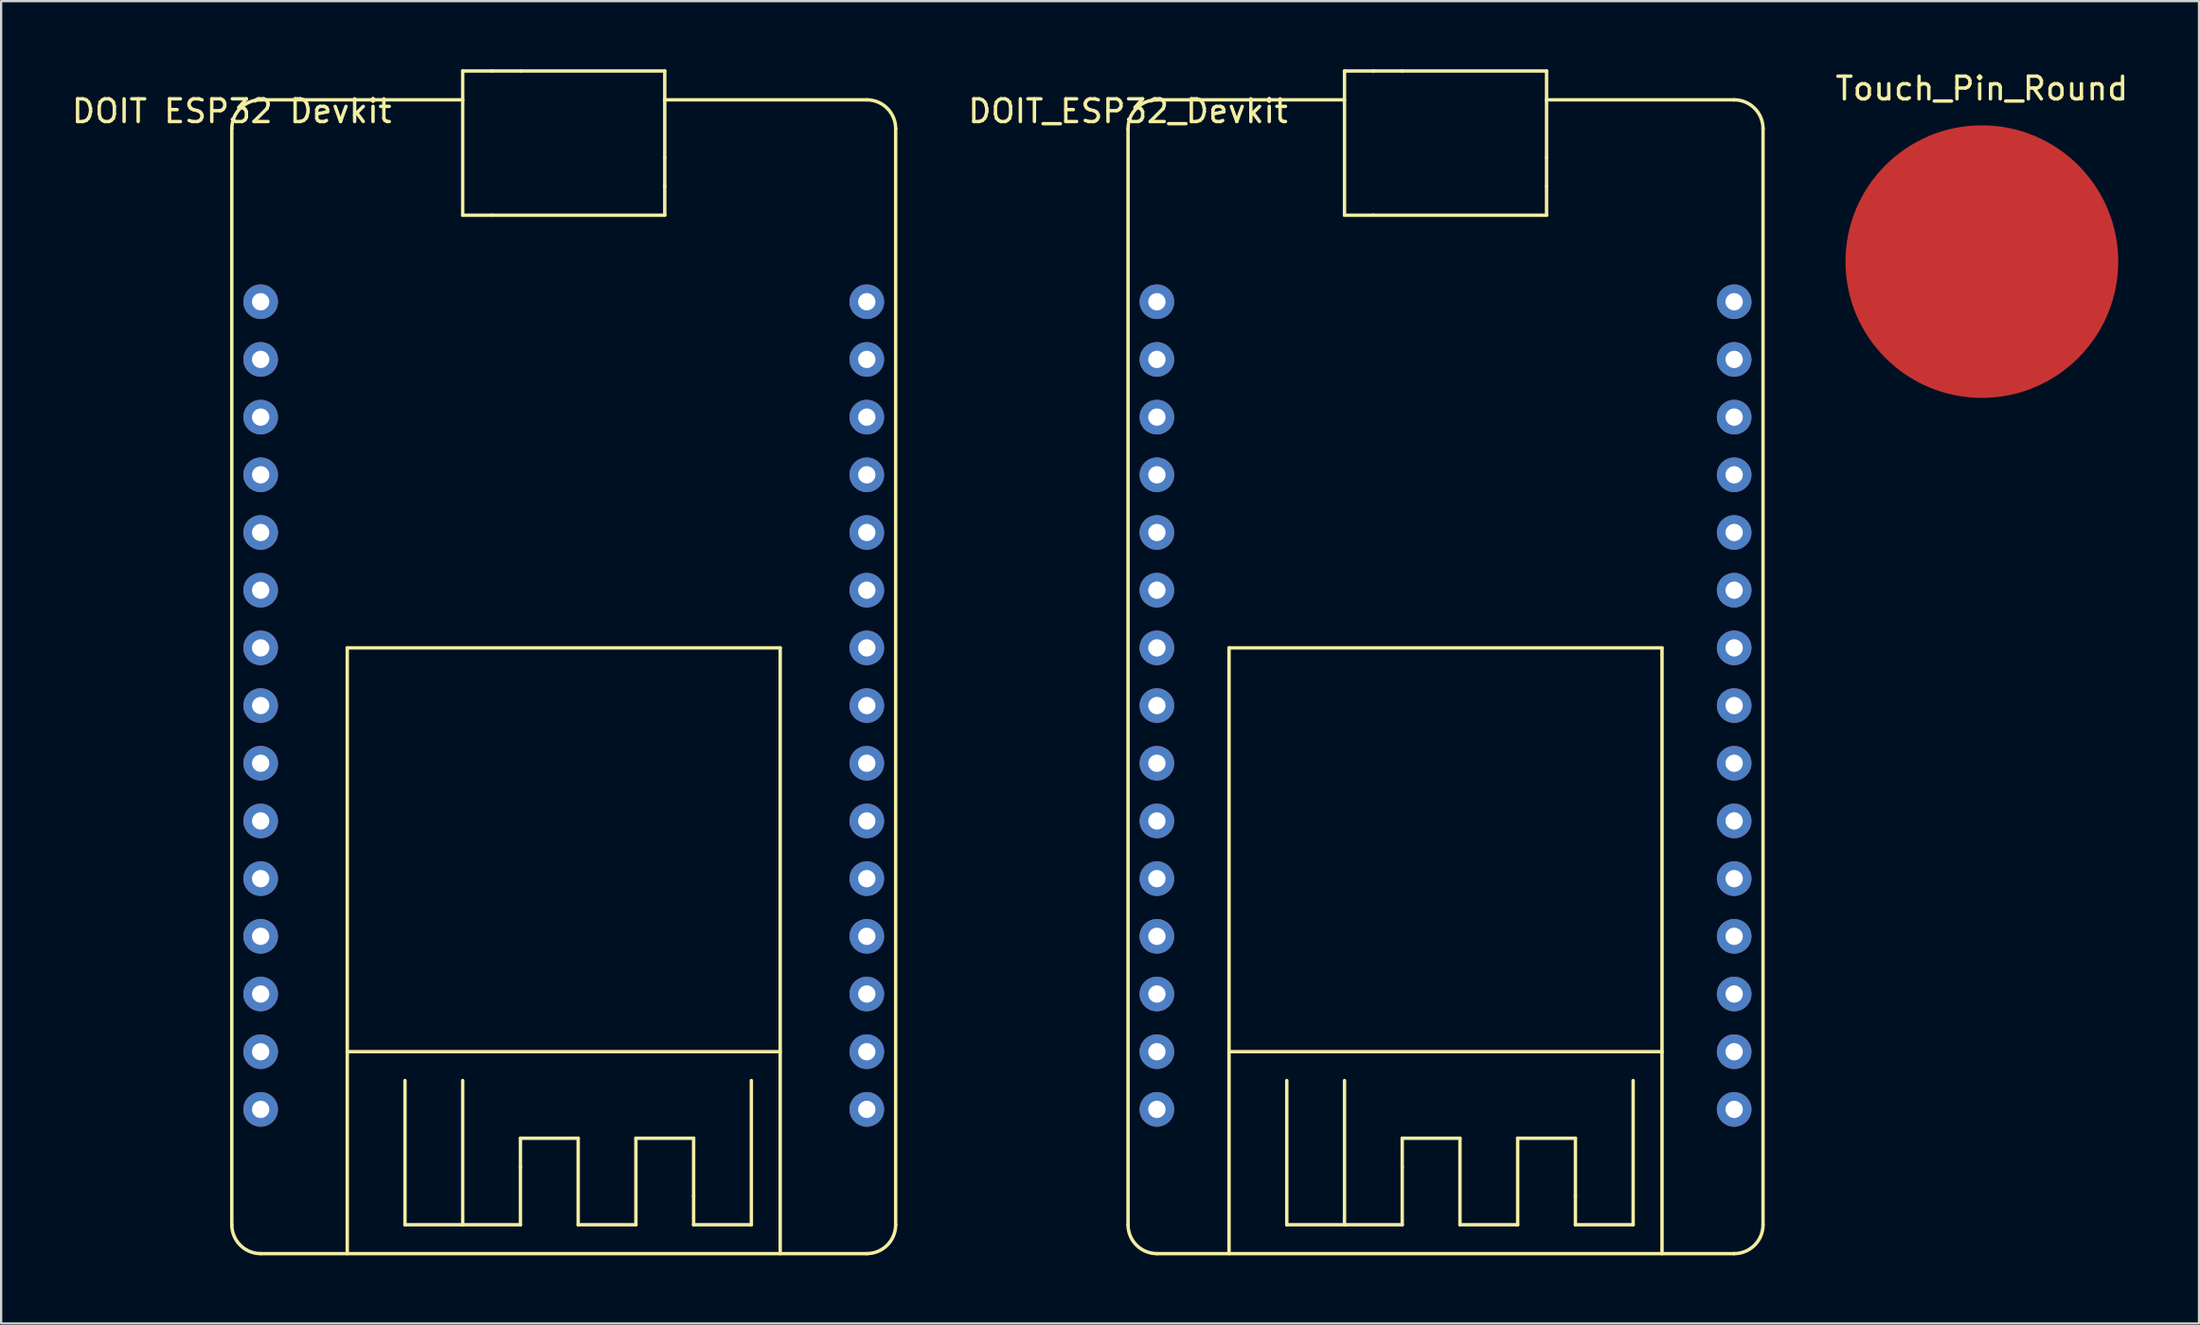
<source format=kicad_pcb>
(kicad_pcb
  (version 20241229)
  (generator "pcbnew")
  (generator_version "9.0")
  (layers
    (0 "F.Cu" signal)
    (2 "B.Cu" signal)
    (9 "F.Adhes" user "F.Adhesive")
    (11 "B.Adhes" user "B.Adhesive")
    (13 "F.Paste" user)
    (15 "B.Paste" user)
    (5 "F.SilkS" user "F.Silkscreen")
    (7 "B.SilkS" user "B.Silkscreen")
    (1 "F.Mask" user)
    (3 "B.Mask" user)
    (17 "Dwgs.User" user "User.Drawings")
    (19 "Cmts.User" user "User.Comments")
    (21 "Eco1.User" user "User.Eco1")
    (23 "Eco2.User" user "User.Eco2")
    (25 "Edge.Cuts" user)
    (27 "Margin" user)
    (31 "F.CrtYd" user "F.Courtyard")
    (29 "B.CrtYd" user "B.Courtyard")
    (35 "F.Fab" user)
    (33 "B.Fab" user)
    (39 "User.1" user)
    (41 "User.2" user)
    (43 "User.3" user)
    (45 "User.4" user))
  (footprint "DOIT ESP32 Devkit"
    (layer "F.Cu")
    (at 7.149 1.345)
    (property "Reference" "DOIT ESP32 Devkit" (at 0 0.5 0) (layer "F.SilkS") (effects (font (size 1 1) (thickness 0.15))))
    (attr through_hole)
    (fp_line (start 0 49.53) (end 0 1.27) (stroke (width 0.15) (type solid)) (layer "F.SilkS"))
    (fp_line (start 1.27 0) (end 10.16 0) (stroke (width 0.15) (type solid)) (layer "F.SilkS"))
    (fp_line (start 5.08 24.13) (end 24.13 24.13) (stroke (width 0.15) (type solid)) (layer "F.SilkS"))
    (fp_line (start 5.08 50.8) (end 5.08 24.13) (stroke (width 0.15) (type solid)) (layer "F.SilkS"))
    (fp_line (start 7.62 43.18) (end 7.62 49.53) (stroke (width 0.15) (type solid)) (layer "F.SilkS"))
    (fp_line (start 7.62 49.53) (end 10.16 49.53) (stroke (width 0.15) (type solid)) (layer "F.SilkS"))
    (fp_line (start 10.16 -1.27) (end 10.16 5.08) (stroke (width 0.15) (type solid)) (layer "F.SilkS"))
    (fp_line (start 10.16 5.08) (end 11.43 5.08) (stroke (width 0.15) (type solid)) (layer "F.SilkS"))
    (fp_line (start 10.16 49.53) (end 10.16 43.18) (stroke (width 0.15) (type solid)) (layer "F.SilkS"))
    (fp_line (start 10.16 49.53) (end 12.7 49.53) (stroke (width 0.15) (type solid)) (layer "F.SilkS"))
    (fp_line (start 11.43 -1.27) (end 10.16 -1.27) (stroke (width 0.15) (type solid)) (layer "F.SilkS"))
    (fp_line (start 12.7 -1.27) (end 11.43 -1.27) (stroke (width 0.15) (type solid)) (layer "F.SilkS"))
    (fp_line (start 12.7 -1.27) (end 19.05 -1.27) (stroke (width 0.15) (type solid)) (layer "F.SilkS"))
    (fp_line (start 12.7 45.72) (end 15.24 45.72) (stroke (width 0.15) (type solid)) (layer "F.SilkS"))
    (fp_line (start 12.7 46.99) (end 12.7 45.72) (stroke (width 0.15) (type solid)) (layer "F.SilkS"))
    (fp_line (start 12.7 49.53) (end 12.7 46.99) (stroke (width 0.15) (type solid)) (layer "F.SilkS"))
    (fp_line (start 15.24 45.72) (end 15.24 49.53) (stroke (width 0.15) (type solid)) (layer "F.SilkS"))
    (fp_line (start 15.24 49.53) (end 17.78 49.53) (stroke (width 0.15) (type solid)) (layer "F.SilkS"))
    (fp_line (start 17.78 45.72) (end 20.32 45.72) (stroke (width 0.15) (type solid)) (layer "F.SilkS"))
    (fp_line (start 17.78 49.53) (end 17.78 45.72) (stroke (width 0.15) (type solid)) (layer "F.SilkS"))
    (fp_line (start 19.05 -1.27) (end 19.05 2.54) (stroke (width 0.15) (type solid)) (layer "F.SilkS"))
    (fp_line (start 19.05 3.81) (end 19.05 2.54) (stroke (width 0.15) (type solid)) (layer "F.SilkS"))
    (fp_line (start 19.05 3.81) (end 19.05 5.08) (stroke (width 0.15) (type solid)) (layer "F.SilkS"))
    (fp_line (start 19.05 5.08) (end 11.43 5.08) (stroke (width 0.15) (type solid)) (layer "F.SilkS"))
    (fp_line (start 20.32 45.72) (end 20.32 48.26) (stroke (width 0.15) (type solid)) (layer "F.SilkS"))
    (fp_line (start 20.32 48.26) (end 20.32 49.53) (stroke (width 0.15) (type solid)) (layer "F.SilkS"))
    (fp_line (start 20.32 49.53) (end 22.86 49.53) (stroke (width 0.15) (type solid)) (layer "F.SilkS"))
    (fp_line (start 22.86 49.53) (end 22.86 43.18) (stroke (width 0.15) (type solid)) (layer "F.SilkS"))
    (fp_line (start 24.13 24.13) (end 24.13 50.8) (stroke (width 0.15) (type solid)) (layer "F.SilkS"))
    (fp_line (start 24.13 41.91) (end 5.08 41.91) (stroke (width 0.15) (type solid)) (layer "F.SilkS"))
    (fp_line (start 27.94 0) (end 19.05 0) (stroke (width 0.15) (type solid)) (layer "F.SilkS"))
    (fp_line (start 27.94 50.8) (end 1.27 50.8) (stroke (width 0.15) (type solid)) (layer "F.SilkS"))
    (fp_line (start 29.21 1.27) (end 29.21 49.53) (stroke (width 0.15) (type solid)) (layer "F.SilkS"))
    (fp_arc (start 0 1.27) (mid 0.371974 0.371974) (end 1.27 0) (stroke (width 0.15) (type solid)) (layer "F.SilkS"))
    (fp_arc (start 1.27 50.8) (mid 0.371974 50.428026) (end 0 49.53) (stroke (width 0.15) (type solid)) (layer "F.SilkS"))
    (fp_arc (start 27.94 0) (mid 28.838026 0.371974) (end 29.21 1.27) (stroke (width 0.15) (type solid)) (layer "F.SilkS"))
    (fp_arc (start 29.21 49.53) (mid 28.838026 50.428026) (end 27.94 50.8) (stroke (width 0.15) (type solid)) (layer "F.SilkS"))
    (pad "1" thru_hole circle (at 27.94 8.89) (size 1.524 1.524) (drill 0.762) (layers "*.Cu" "*.Mask"))
    (pad "2" thru_hole circle (at 27.94 11.43) (size 1.524 1.524) (drill 0.762) (layers "*.Cu" "*.Mask"))
    (pad "3" thru_hole circle (at 27.94 13.97) (size 1.524 1.524) (drill 0.762) (layers "*.Cu" "*.Mask"))
    (pad "4" thru_hole circle (at 27.94 16.51) (size 1.524 1.524) (drill 0.762) (layers "*.Cu" "*.Mask"))
    (pad "5" thru_hole circle (at 27.94 19.05) (size 1.524 1.524) (drill 0.762) (layers "*.Cu" "*.Mask"))
    (pad "6" thru_hole circle (at 27.94 21.59) (size 1.524 1.524) (drill 0.762) (layers "*.Cu" "*.Mask"))
    (pad "7" thru_hole circle (at 27.94 24.13) (size 1.524 1.524) (drill 0.762) (layers "*.Cu" "*.Mask"))
    (pad "8" thru_hole circle (at 27.94 26.67) (size 1.524 1.524) (drill 0.762) (layers "*.Cu" "*.Mask"))
    (pad "9" thru_hole circle (at 27.94 29.21) (size 1.524 1.524) (drill 0.762) (layers "*.Cu" "*.Mask"))
    (pad "10" thru_hole circle (at 27.94 31.75) (size 1.524 1.524) (drill 0.762) (layers "*.Cu" "*.Mask"))
    (pad "11" thru_hole circle (at 27.94 34.29) (size 1.524 1.524) (drill 0.762) (layers "*.Cu" "*.Mask"))
    (pad "12" thru_hole circle (at 27.94 36.83) (size 1.524 1.524) (drill 0.762) (layers "*.Cu" "*.Mask"))
    (pad "13" thru_hole circle (at 27.94 39.37) (size 1.524 1.524) (drill 0.762) (layers "*.Cu" "*.Mask"))
    (pad "14" thru_hole circle (at 27.94 41.91) (size 1.524 1.524) (drill 0.762) (layers "*.Cu" "*.Mask"))
    (pad "15" thru_hole circle (at 27.94 44.45) (size 1.524 1.524) (drill 0.762) (layers "*.Cu" "*.Mask"))
    (pad "16" thru_hole circle (at 1.27 44.45) (size 1.524 1.524) (drill 0.762) (layers "*.Cu" "*.Mask"))
    (pad "17" thru_hole circle (at 1.27 41.91) (size 1.524 1.524) (drill 0.762) (layers "*.Cu" "*.Mask"))
    (pad "18" thru_hole circle (at 1.27 39.37) (size 1.524 1.524) (drill 0.762) (layers "*.Cu" "*.Mask"))
    (pad "19" thru_hole circle (at 1.27 36.83) (size 1.524 1.524) (drill 0.762) (layers "*.Cu" "*.Mask"))
    (pad "20" thru_hole circle (at 1.27 34.29) (size 1.524 1.524) (drill 0.762) (layers "*.Cu" "*.Mask"))
    (pad "21" thru_hole circle (at 1.27 31.75) (size 1.524 1.524) (drill 0.762) (layers "*.Cu" "*.Mask"))
    (pad "22" thru_hole circle (at 1.27 29.21) (size 1.524 1.524) (drill 0.762) (layers "*.Cu" "*.Mask"))
    (pad "23" thru_hole circle (at 1.27 26.67) (size 1.524 1.524) (drill 0.762) (layers "*.Cu" "*.Mask"))
    (pad "24" thru_hole circle (at 1.27 24.13) (size 1.524 1.524) (drill 0.762) (layers "*.Cu" "*.Mask"))
    (pad "25" thru_hole circle (at 1.27 21.59) (size 1.524 1.524) (drill 0.762) (layers "*.Cu" "*.Mask"))
    (pad "26" thru_hole circle (at 1.27 19.05) (size 1.524 1.524) (drill 0.762) (layers "*.Cu" "*.Mask"))
    (pad "27" thru_hole circle (at 1.27 16.51) (size 1.524 1.524) (drill 0.762) (layers "*.Cu" "*.Mask"))
    (pad "28" thru_hole circle (at 1.27 13.97) (size 1.524 1.524) (drill 0.762) (layers "*.Cu" "*.Mask"))
    (pad "29" thru_hole circle (at 1.27 11.43) (size 1.524 1.524) (drill 0.762) (layers "*.Cu" "*.Mask"))
    (pad "30" thru_hole circle (at 1.27 8.89) (size 1.524 1.524) (drill 0.762) (layers "*.Cu" "*.Mask")))
  (footprint "DOIT_ESP32_Devkit"
    (layer "F.Cu")
    (at 46.583 1.345)
    (property "Reference" "DOIT_ESP32_Devkit" (at 0 0.5 0) (layer "F.SilkS") (effects (font (size 1 1) (thickness 0.15))))
    (attr through_hole)
    (fp_line (start 0 49.53) (end 0 1.27) (stroke (width 0.15) (type solid)) (layer "F.SilkS"))
    (fp_line (start 1.27 50.8) (end 26.67 50.8) (stroke (width 0.15) (type solid)) (layer "F.SilkS"))
    (fp_line (start 4.445 24.13) (end 23.495 24.13) (stroke (width 0.15) (type solid)) (layer "F.SilkS"))
    (fp_line (start 4.445 50.8) (end 4.445 24.13) (stroke (width 0.15) (type solid)) (layer "F.SilkS"))
    (fp_line (start 6.985 43.18) (end 6.985 49.53) (stroke (width 0.15) (type solid)) (layer "F.SilkS"))
    (fp_line (start 6.985 49.53) (end 9.525 49.53) (stroke (width 0.15) (type solid)) (layer "F.SilkS"))
    (fp_line (start 9.525 -1.27) (end 9.525 5.08) (stroke (width 0.15) (type solid)) (layer "F.SilkS"))
    (fp_line (start 9.525 0) (end 1.27 0) (stroke (width 0.15) (type solid)) (layer "F.SilkS"))
    (fp_line (start 9.525 5.08) (end 10.795 5.08) (stroke (width 0.15) (type solid)) (layer "F.SilkS"))
    (fp_line (start 9.525 49.53) (end 9.525 43.18) (stroke (width 0.15) (type solid)) (layer "F.SilkS"))
    (fp_line (start 9.525 49.53) (end 12.065 49.53) (stroke (width 0.15) (type solid)) (layer "F.SilkS"))
    (fp_line (start 10.795 -1.27) (end 9.525 -1.27) (stroke (width 0.15) (type solid)) (layer "F.SilkS"))
    (fp_line (start 12.065 -1.27) (end 10.795 -1.27) (stroke (width 0.15) (type solid)) (layer "F.SilkS"))
    (fp_line (start 12.065 -1.27) (end 18.415 -1.27) (stroke (width 0.15) (type solid)) (layer "F.SilkS"))
    (fp_line (start 12.065 45.72) (end 14.605 45.72) (stroke (width 0.15) (type solid)) (layer "F.SilkS"))
    (fp_line (start 12.065 46.99) (end 12.065 45.72) (stroke (width 0.15) (type solid)) (layer "F.SilkS"))
    (fp_line (start 12.065 49.53) (end 12.065 46.99) (stroke (width 0.15) (type solid)) (layer "F.SilkS"))
    (fp_line (start 14.605 45.72) (end 14.605 49.53) (stroke (width 0.15) (type solid)) (layer "F.SilkS"))
    (fp_line (start 14.605 49.53) (end 17.145 49.53) (stroke (width 0.15) (type solid)) (layer "F.SilkS"))
    (fp_line (start 17.145 45.72) (end 19.685 45.72) (stroke (width 0.15) (type solid)) (layer "F.SilkS"))
    (fp_line (start 17.145 49.53) (end 17.145 45.72) (stroke (width 0.15) (type solid)) (layer "F.SilkS"))
    (fp_line (start 18.415 -1.27) (end 18.415 2.54) (stroke (width 0.15) (type solid)) (layer "F.SilkS"))
    (fp_line (start 18.415 0) (end 26.67 0) (stroke (width 0.15) (type solid)) (layer "F.SilkS"))
    (fp_line (start 18.415 3.81) (end 18.415 2.54) (stroke (width 0.15) (type solid)) (layer "F.SilkS"))
    (fp_line (start 18.415 3.81) (end 18.415 5.08) (stroke (width 0.15) (type solid)) (layer "F.SilkS"))
    (fp_line (start 18.415 5.08) (end 10.795 5.08) (stroke (width 0.15) (type solid)) (layer "F.SilkS"))
    (fp_line (start 19.685 45.72) (end 19.685 48.26) (stroke (width 0.15) (type solid)) (layer "F.SilkS"))
    (fp_line (start 19.685 48.26) (end 19.685 49.53) (stroke (width 0.15) (type solid)) (layer "F.SilkS"))
    (fp_line (start 19.685 49.53) (end 22.225 49.53) (stroke (width 0.15) (type solid)) (layer "F.SilkS"))
    (fp_line (start 22.225 49.53) (end 22.225 43.18) (stroke (width 0.15) (type solid)) (layer "F.SilkS"))
    (fp_line (start 23.495 24.13) (end 23.495 50.8) (stroke (width 0.15) (type solid)) (layer "F.SilkS"))
    (fp_line (start 23.495 41.91) (end 4.445 41.91) (stroke (width 0.15) (type solid)) (layer "F.SilkS"))
    (fp_line (start 27.94 1.27) (end 27.94 49.53) (stroke (width 0.15) (type solid)) (layer "F.SilkS"))
    (fp_arc (start 0 1.27) (mid 0.371974 0.371974) (end 1.27 0) (stroke (width 0.15) (type solid)) (layer "F.SilkS"))
    (fp_arc (start 1.27 50.8) (mid 0.371974 50.428026) (end 0 49.53) (stroke (width 0.15) (type solid)) (layer "F.SilkS"))
    (fp_arc (start 26.67 0) (mid 27.568026 0.371974) (end 27.94 1.27) (stroke (width 0.15) (type solid)) (layer "F.SilkS"))
    (fp_arc (start 27.94 49.53) (mid 27.568026 50.428026) (end 26.67 50.8) (stroke (width 0.15) (type solid)) (layer "F.SilkS"))
    (pad "1" thru_hole circle (at 26.67 8.89) (size 1.524 1.524) (drill 0.762) (layers "*.Cu" "*.Mask"))
    (pad "2" thru_hole circle (at 26.67 11.43) (size 1.524 1.524) (drill 0.762) (layers "*.Cu" "*.Mask"))
    (pad "3" thru_hole circle (at 26.67 13.97) (size 1.524 1.524) (drill 0.762) (layers "*.Cu" "*.Mask"))
    (pad "4" thru_hole circle (at 26.67 16.51) (size 1.524 1.524) (drill 0.762) (layers "*.Cu" "*.Mask"))
    (pad "5" thru_hole circle (at 26.67 19.05) (size 1.524 1.524) (drill 0.762) (layers "*.Cu" "*.Mask"))
    (pad "6" thru_hole circle (at 26.67 21.59) (size 1.524 1.524) (drill 0.762) (layers "*.Cu" "*.Mask"))
    (pad "7" thru_hole circle (at 26.67 24.13) (size 1.524 1.524) (drill 0.762) (layers "*.Cu" "*.Mask"))
    (pad "8" thru_hole circle (at 26.67 26.67) (size 1.524 1.524) (drill 0.762) (layers "*.Cu" "*.Mask"))
    (pad "9" thru_hole circle (at 26.67 29.21) (size 1.524 1.524) (drill 0.762) (layers "*.Cu" "*.Mask"))
    (pad "10" thru_hole circle (at 26.67 31.75) (size 1.524 1.524) (drill 0.762) (layers "*.Cu" "*.Mask"))
    (pad "11" thru_hole circle (at 26.67 34.29) (size 1.524 1.524) (drill 0.762) (layers "*.Cu" "*.Mask"))
    (pad "12" thru_hole circle (at 26.67 36.83) (size 1.524 1.524) (drill 0.762) (layers "*.Cu" "*.Mask"))
    (pad "13" thru_hole circle (at 26.67 39.37) (size 1.524 1.524) (drill 0.762) (layers "*.Cu" "*.Mask"))
    (pad "14" thru_hole circle (at 26.67 41.91) (size 1.524 1.524) (drill 0.762) (layers "*.Cu" "*.Mask"))
    (pad "15" thru_hole circle (at 26.67 44.45) (size 1.524 1.524) (drill 0.762) (layers "*.Cu" "*.Mask"))
    (pad "16" thru_hole circle (at 1.27 44.45) (size 1.524 1.524) (drill 0.762) (layers "*.Cu" "*.Mask"))
    (pad "17" thru_hole circle (at 1.27 41.91) (size 1.524 1.524) (drill 0.762) (layers "*.Cu" "*.Mask"))
    (pad "18" thru_hole circle (at 1.27 39.37) (size 1.524 1.524) (drill 0.762) (layers "*.Cu" "*.Mask"))
    (pad "19" thru_hole circle (at 1.27 36.83) (size 1.524 1.524) (drill 0.762) (layers "*.Cu" "*.Mask"))
    (pad "20" thru_hole circle (at 1.27 34.29) (size 1.524 1.524) (drill 0.762) (layers "*.Cu" "*.Mask"))
    (pad "21" thru_hole circle (at 1.27 31.75) (size 1.524 1.524) (drill 0.762) (layers "*.Cu" "*.Mask"))
    (pad "22" thru_hole circle (at 1.27 29.21) (size 1.524 1.524) (drill 0.762) (layers "*.Cu" "*.Mask"))
    (pad "23" thru_hole circle (at 1.27 26.67) (size 1.524 1.524) (drill 0.762) (layers "*.Cu" "*.Mask"))
    (pad "24" thru_hole circle (at 1.27 24.13) (size 1.524 1.524) (drill 0.762) (layers "*.Cu" "*.Mask"))
    (pad "25" thru_hole circle (at 1.27 21.59) (size 1.524 1.524) (drill 0.762) (layers "*.Cu" "*.Mask"))
    (pad "26" thru_hole circle (at 1.27 19.05) (size 1.524 1.524) (drill 0.762) (layers "*.Cu" "*.Mask"))
    (pad "27" thru_hole circle (at 1.27 16.51) (size 1.524 1.524) (drill 0.762) (layers "*.Cu" "*.Mask"))
    (pad "28" thru_hole circle (at 1.27 13.97) (size 1.524 1.524) (drill 0.762) (layers "*.Cu" "*.Mask"))
    (pad "29" thru_hole circle (at 1.27 11.43) (size 1.524 1.524) (drill 0.762) (layers "*.Cu" "*.Mask"))
    (pad "30" thru_hole circle (at 1.27 8.89) (size 1.524 1.524) (drill 0.762) (layers "*.Cu" "*.Mask")))
  (footprint "Touch_Pin_Round"
    (layer "F.Cu")
    (at 84.151 8.468)
    (property "Reference" "Touch_Pin_Round" (at 0 -7.62 0) (layer "F.SilkS") (effects (font (size 1 1) (thickness 0.15))))
    (attr through_hole)
    (pad "1" smd circle (at 0 0) (size 12 12) (layers "F.Cu" "F.Mask" "F.Paste")))
  (gr_rect
    (start -3 -3)
    (end 93.705 55.22)
    (stroke (width 0.1) (type default))
    (fill no)
    (layer "Edge.Cuts")))
</source>
